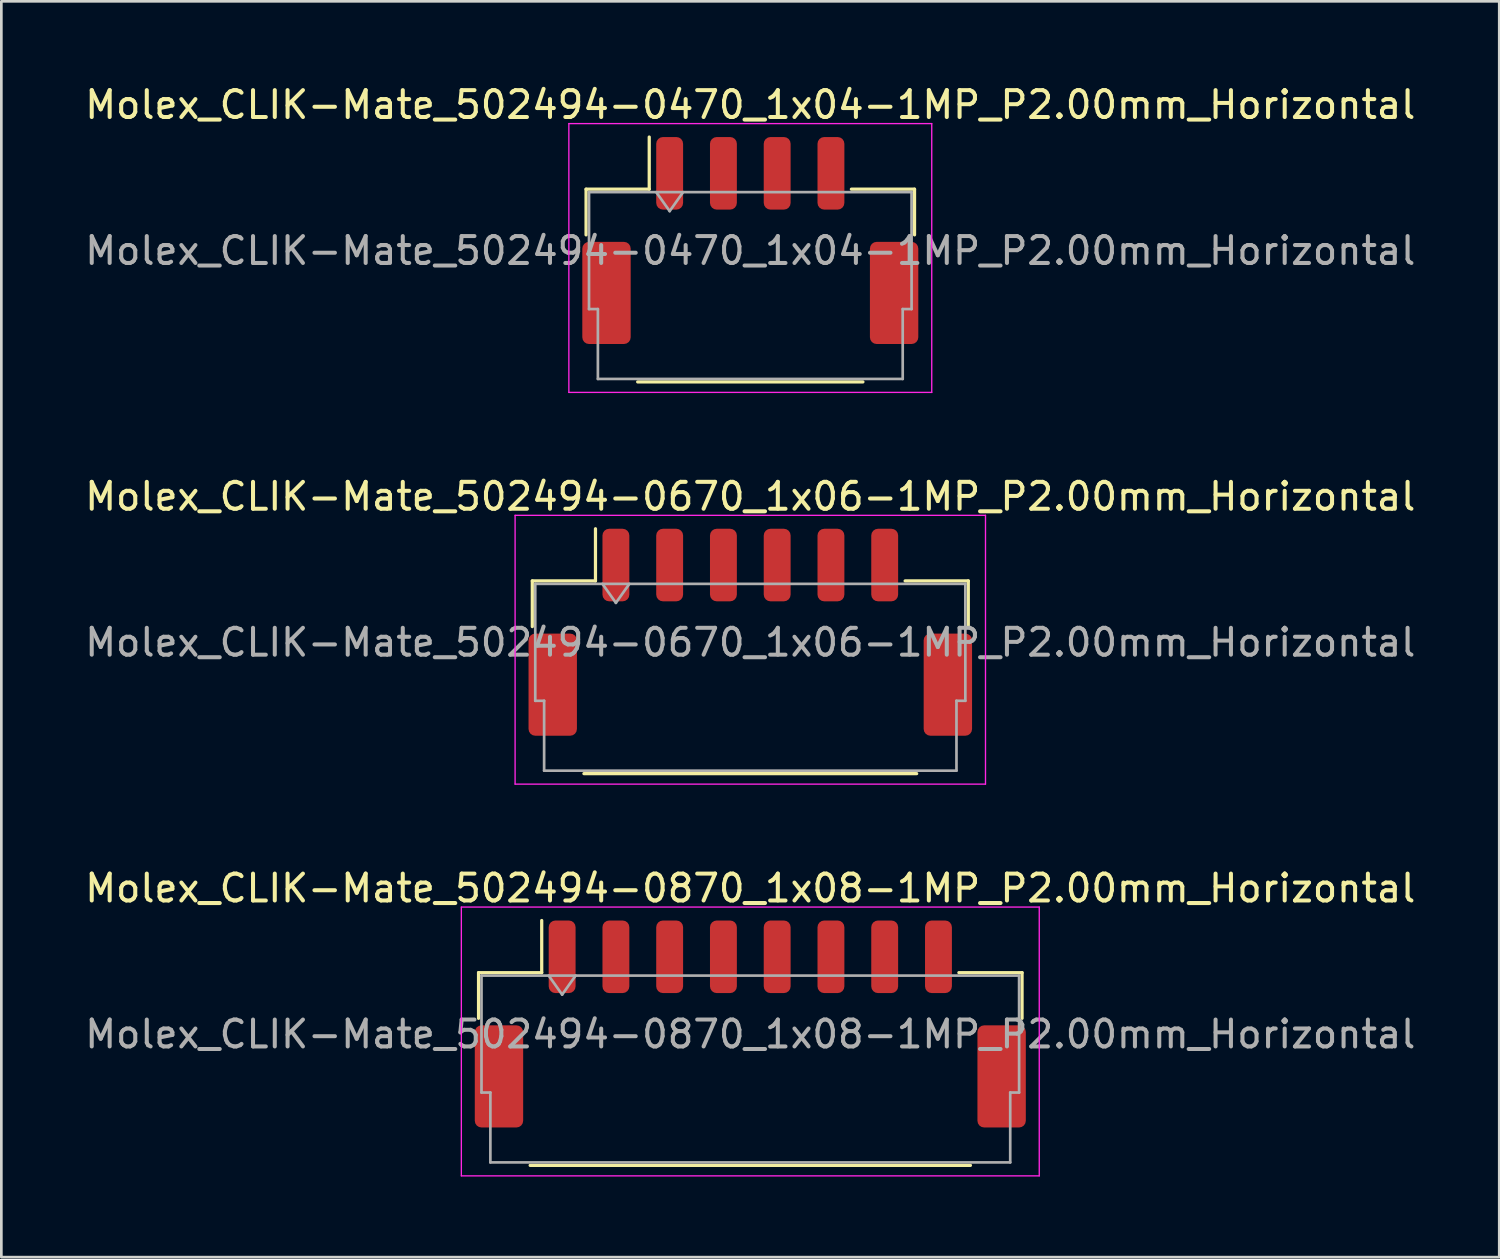
<source format=kicad_pcb>
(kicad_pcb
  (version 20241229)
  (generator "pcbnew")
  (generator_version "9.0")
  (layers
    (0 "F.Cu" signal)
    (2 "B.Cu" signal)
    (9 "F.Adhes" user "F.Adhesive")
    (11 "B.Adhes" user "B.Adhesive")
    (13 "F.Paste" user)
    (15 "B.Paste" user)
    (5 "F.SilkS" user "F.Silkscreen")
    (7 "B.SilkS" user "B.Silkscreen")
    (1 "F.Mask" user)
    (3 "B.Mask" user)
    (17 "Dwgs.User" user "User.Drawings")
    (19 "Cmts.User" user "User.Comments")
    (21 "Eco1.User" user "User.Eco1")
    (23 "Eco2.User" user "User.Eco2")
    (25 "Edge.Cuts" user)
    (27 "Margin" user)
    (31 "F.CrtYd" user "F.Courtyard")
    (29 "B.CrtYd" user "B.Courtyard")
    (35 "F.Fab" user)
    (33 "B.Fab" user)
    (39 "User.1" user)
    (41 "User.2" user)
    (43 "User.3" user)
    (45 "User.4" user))
  (footprint "Molex_CLIK-Mate_502494-0670_1x06-1MP_P2.00mm_Horizontal"
    (layer "F.Cu")
    (at 24.863 20.471)
    (property "Reference" "Molex_CLIK-Mate_502494-0670_1x06-1MP_P2.00mm_Horizontal" (at 0 -5.05 0) (layer "F.SilkS") (effects (font (size 1 1) (thickness 0.15))))
    (attr smd)
    (fp_line (start -8.11 -1.91) (end -5.76 -1.91) (stroke (width 0.12) (type solid)) (layer "F.SilkS"))
    (fp_line (start -8.11 -0.21) (end -8.11 -1.91) (stroke (width 0.12) (type solid)) (layer "F.SilkS"))
    (fp_line (start -6.19 5.26) (end 6.19 5.26) (stroke (width 0.12) (type solid)) (layer "F.SilkS"))
    (fp_line (start -5.76 -1.91) (end -5.76 -3.85) (stroke (width 0.12) (type solid)) (layer "F.SilkS"))
    (fp_line (start 8.11 -1.91) (end 5.76 -1.91) (stroke (width 0.12) (type solid)) (layer "F.SilkS"))
    (fp_line (start 8.11 -0.21) (end 8.11 -1.91) (stroke (width 0.12) (type solid)) (layer "F.SilkS"))
    (fp_line (start -8.75 -4.35) (end -8.75 5.65) (stroke (width 0.05) (type solid)) (layer "F.CrtYd"))
    (fp_line (start -8.75 5.65) (end 8.75 5.65) (stroke (width 0.05) (type solid)) (layer "F.CrtYd"))
    (fp_line (start 8.75 -4.35) (end -8.75 -4.35) (stroke (width 0.05) (type solid)) (layer "F.CrtYd"))
    (fp_line (start 8.75 5.65) (end 8.75 -4.35) (stroke (width 0.05) (type solid)) (layer "F.CrtYd"))
    (fp_line (start -8 -1.8) (end -8 2.55) (stroke (width 0.1) (type solid)) (layer "F.Fab"))
    (fp_line (start -8 -1.8) (end 8 -1.8) (stroke (width 0.1) (type solid)) (layer "F.Fab"))
    (fp_line (start -8 2.55) (end -7.67 2.55) (stroke (width 0.1) (type solid)) (layer "F.Fab"))
    (fp_line (start -7.67 2.55) (end -7.67 5.15) (stroke (width 0.1) (type solid)) (layer "F.Fab"))
    (fp_line (start -7.67 5.15) (end 7.67 5.15) (stroke (width 0.1) (type solid)) (layer "F.Fab"))
    (fp_line (start -5.5 -1.8) (end -5 -1.093) (stroke (width 0.1) (type solid)) (layer "F.Fab"))
    (fp_line (start -5 -1.093) (end -4.5 -1.8) (stroke (width 0.1) (type solid)) (layer "F.Fab"))
    (fp_line (start 7.67 2.55) (end 8 2.55) (stroke (width 0.1) (type solid)) (layer "F.Fab"))
    (fp_line (start 7.67 5.15) (end 7.67 2.55) (stroke (width 0.1) (type solid)) (layer "F.Fab"))
    (fp_line (start 8 -1.8) (end 8 2.55) (stroke (width 0.1) (type solid)) (layer "F.Fab"))
    (fp_text user "${REFERENCE}" (at 0 0.38 0) (layer "F.Fab") (effects (font (size 1 1) (thickness 0.15))))
    (pad "1" smd roundrect (at -5 -2.5) (size 1 2.7) (layers "F.Cu" "F.Mask" "F.Paste") (roundrect_rratio 0.25))
    (pad "2" smd roundrect (at -3 -2.5) (size 1 2.7) (layers "F.Cu" "F.Mask" "F.Paste") (roundrect_rratio 0.25))
    (pad "3" smd roundrect (at -1 -2.5) (size 1 2.7) (layers "F.Cu" "F.Mask" "F.Paste") (roundrect_rratio 0.25))
    (pad "4" smd roundrect (at 1 -2.5) (size 1 2.7) (layers "F.Cu" "F.Mask" "F.Paste") (roundrect_rratio 0.25))
    (pad "5" smd roundrect (at 3 -2.5) (size 1 2.7) (layers "F.Cu" "F.Mask" "F.Paste") (roundrect_rratio 0.25))
    (pad "6" smd roundrect (at 5 -2.5) (size 1 2.7) (layers "F.Cu" "F.Mask" "F.Paste") (roundrect_rratio 0.25))
    (pad "MP" smd roundrect (at -7.35 1.95) (size 1.8 3.8) (layers "F.Cu" "F.Mask" "F.Paste") (roundrect_rratio 0.139))
    (pad "MP" smd roundrect (at 7.35 1.95) (size 1.8 3.8) (layers "F.Cu" "F.Mask" "F.Paste") (roundrect_rratio 0.139)))
  (footprint "Molex_CLIK-Mate_502494-0470_1x04-1MP_P2.00mm_Horizontal"
    (layer "F.Cu")
    (at 24.863 5.898)
    (property "Reference" "Molex_CLIK-Mate_502494-0470_1x04-1MP_P2.00mm_Horizontal" (at 0 -5.05 0) (layer "F.SilkS") (effects (font (size 1 1) (thickness 0.15))))
    (attr smd)
    (fp_line (start -6.11 -1.91) (end -3.76 -1.91) (stroke (width 0.12) (type solid)) (layer "F.SilkS"))
    (fp_line (start -6.11 -0.21) (end -6.11 -1.91) (stroke (width 0.12) (type solid)) (layer "F.SilkS"))
    (fp_line (start -4.19 5.26) (end 4.19 5.26) (stroke (width 0.12) (type solid)) (layer "F.SilkS"))
    (fp_line (start -3.76 -1.91) (end -3.76 -3.85) (stroke (width 0.12) (type solid)) (layer "F.SilkS"))
    (fp_line (start 6.11 -1.91) (end 3.76 -1.91) (stroke (width 0.12) (type solid)) (layer "F.SilkS"))
    (fp_line (start 6.11 -0.21) (end 6.11 -1.91) (stroke (width 0.12) (type solid)) (layer "F.SilkS"))
    (fp_line (start -6.75 -4.35) (end -6.75 5.65) (stroke (width 0.05) (type solid)) (layer "F.CrtYd"))
    (fp_line (start -6.75 5.65) (end 6.75 5.65) (stroke (width 0.05) (type solid)) (layer "F.CrtYd"))
    (fp_line (start 6.75 -4.35) (end -6.75 -4.35) (stroke (width 0.05) (type solid)) (layer "F.CrtYd"))
    (fp_line (start 6.75 5.65) (end 6.75 -4.35) (stroke (width 0.05) (type solid)) (layer "F.CrtYd"))
    (fp_line (start -6 -1.8) (end -6 2.55) (stroke (width 0.1) (type solid)) (layer "F.Fab"))
    (fp_line (start -6 -1.8) (end 6 -1.8) (stroke (width 0.1) (type solid)) (layer "F.Fab"))
    (fp_line (start -6 2.55) (end -5.67 2.55) (stroke (width 0.1) (type solid)) (layer "F.Fab"))
    (fp_line (start -5.67 2.55) (end -5.67 5.15) (stroke (width 0.1) (type solid)) (layer "F.Fab"))
    (fp_line (start -5.67 5.15) (end 5.67 5.15) (stroke (width 0.1) (type solid)) (layer "F.Fab"))
    (fp_line (start -3.5 -1.8) (end -3 -1.093) (stroke (width 0.1) (type solid)) (layer "F.Fab"))
    (fp_line (start -3 -1.093) (end -2.5 -1.8) (stroke (width 0.1) (type solid)) (layer "F.Fab"))
    (fp_line (start 5.67 2.55) (end 6 2.55) (stroke (width 0.1) (type solid)) (layer "F.Fab"))
    (fp_line (start 5.67 5.15) (end 5.67 2.55) (stroke (width 0.1) (type solid)) (layer "F.Fab"))
    (fp_line (start 6 -1.8) (end 6 2.55) (stroke (width 0.1) (type solid)) (layer "F.Fab"))
    (fp_text user "${REFERENCE}" (at 0 0.38 0) (layer "F.Fab") (effects (font (size 1 1) (thickness 0.15))))
    (pad "1" smd roundrect (at -3 -2.5) (size 1 2.7) (layers "F.Cu" "F.Mask" "F.Paste") (roundrect_rratio 0.25))
    (pad "2" smd roundrect (at -1 -2.5) (size 1 2.7) (layers "F.Cu" "F.Mask" "F.Paste") (roundrect_rratio 0.25))
    (pad "3" smd roundrect (at 1 -2.5) (size 1 2.7) (layers "F.Cu" "F.Mask" "F.Paste") (roundrect_rratio 0.25))
    (pad "4" smd roundrect (at 3 -2.5) (size 1 2.7) (layers "F.Cu" "F.Mask" "F.Paste") (roundrect_rratio 0.25))
    (pad "MP" smd roundrect (at -5.35 1.95) (size 1.8 3.8) (layers "F.Cu" "F.Mask" "F.Paste") (roundrect_rratio 0.139))
    (pad "MP" smd roundrect (at 5.35 1.95) (size 1.8 3.8) (layers "F.Cu" "F.Mask" "F.Paste") (roundrect_rratio 0.139)))
  (footprint "Molex_CLIK-Mate_502494-0870_1x08-1MP_P2.00mm_Horizontal"
    (layer "F.Cu")
    (at 24.863 35.045)
    (property "Reference" "Molex_CLIK-Mate_502494-0870_1x08-1MP_P2.00mm_Horizontal" (at 0 -5.05 0) (layer "F.SilkS") (effects (font (size 1 1) (thickness 0.15))))
    (attr smd)
    (fp_line (start -10.11 -1.91) (end -7.76 -1.91) (stroke (width 0.12) (type solid)) (layer "F.SilkS"))
    (fp_line (start -10.11 -0.21) (end -10.11 -1.91) (stroke (width 0.12) (type solid)) (layer "F.SilkS"))
    (fp_line (start -8.19 5.26) (end 8.19 5.26) (stroke (width 0.12) (type solid)) (layer "F.SilkS"))
    (fp_line (start -7.76 -1.91) (end -7.76 -3.85) (stroke (width 0.12) (type solid)) (layer "F.SilkS"))
    (fp_line (start 10.11 -1.91) (end 7.76 -1.91) (stroke (width 0.12) (type solid)) (layer "F.SilkS"))
    (fp_line (start 10.11 -0.21) (end 10.11 -1.91) (stroke (width 0.12) (type solid)) (layer "F.SilkS"))
    (fp_line (start -10.75 -4.35) (end -10.75 5.65) (stroke (width 0.05) (type solid)) (layer "F.CrtYd"))
    (fp_line (start -10.75 5.65) (end 10.75 5.65) (stroke (width 0.05) (type solid)) (layer "F.CrtYd"))
    (fp_line (start 10.75 -4.35) (end -10.75 -4.35) (stroke (width 0.05) (type solid)) (layer "F.CrtYd"))
    (fp_line (start 10.75 5.65) (end 10.75 -4.35) (stroke (width 0.05) (type solid)) (layer "F.CrtYd"))
    (fp_line (start -10 -1.8) (end -10 2.55) (stroke (width 0.1) (type solid)) (layer "F.Fab"))
    (fp_line (start -10 -1.8) (end 10 -1.8) (stroke (width 0.1) (type solid)) (layer "F.Fab"))
    (fp_line (start -10 2.55) (end -9.67 2.55) (stroke (width 0.1) (type solid)) (layer "F.Fab"))
    (fp_line (start -9.67 2.55) (end -9.67 5.15) (stroke (width 0.1) (type solid)) (layer "F.Fab"))
    (fp_line (start -9.67 5.15) (end 9.67 5.15) (stroke (width 0.1) (type solid)) (layer "F.Fab"))
    (fp_line (start -7.5 -1.8) (end -7 -1.093) (stroke (width 0.1) (type solid)) (layer "F.Fab"))
    (fp_line (start -7 -1.093) (end -6.5 -1.8) (stroke (width 0.1) (type solid)) (layer "F.Fab"))
    (fp_line (start 9.67 2.55) (end 10 2.55) (stroke (width 0.1) (type solid)) (layer "F.Fab"))
    (fp_line (start 9.67 5.15) (end 9.67 2.55) (stroke (width 0.1) (type solid)) (layer "F.Fab"))
    (fp_line (start 10 -1.8) (end 10 2.55) (stroke (width 0.1) (type solid)) (layer "F.Fab"))
    (fp_text user "${REFERENCE}" (at 0 0.38 0) (layer "F.Fab") (effects (font (size 1 1) (thickness 0.15))))
    (pad "1" smd roundrect (at -7 -2.5) (size 1 2.7) (layers "F.Cu" "F.Mask" "F.Paste") (roundrect_rratio 0.25))
    (pad "2" smd roundrect (at -5 -2.5) (size 1 2.7) (layers "F.Cu" "F.Mask" "F.Paste") (roundrect_rratio 0.25))
    (pad "3" smd roundrect (at -3 -2.5) (size 1 2.7) (layers "F.Cu" "F.Mask" "F.Paste") (roundrect_rratio 0.25))
    (pad "4" smd roundrect (at -1 -2.5) (size 1 2.7) (layers "F.Cu" "F.Mask" "F.Paste") (roundrect_rratio 0.25))
    (pad "5" smd roundrect (at 1 -2.5) (size 1 2.7) (layers "F.Cu" "F.Mask" "F.Paste") (roundrect_rratio 0.25))
    (pad "6" smd roundrect (at 3 -2.5) (size 1 2.7) (layers "F.Cu" "F.Mask" "F.Paste") (roundrect_rratio 0.25))
    (pad "7" smd roundrect (at 5 -2.5) (size 1 2.7) (layers "F.Cu" "F.Mask" "F.Paste") (roundrect_rratio 0.25))
    (pad "8" smd roundrect (at 7 -2.5) (size 1 2.7) (layers "F.Cu" "F.Mask" "F.Paste") (roundrect_rratio 0.25))
    (pad "MP" smd roundrect (at -9.35 1.95) (size 1.8 3.8) (layers "F.Cu" "F.Mask" "F.Paste") (roundrect_rratio 0.139))
    (pad "MP" smd roundrect (at 9.35 1.95) (size 1.8 3.8) (layers "F.Cu" "F.Mask" "F.Paste") (roundrect_rratio 0.139)))
  (gr_rect
    (start -3 -3)
    (end 52.726 43.72)
    (stroke (width 0.1) (type default))
    (fill no)
    (layer "Edge.Cuts")))
</source>
